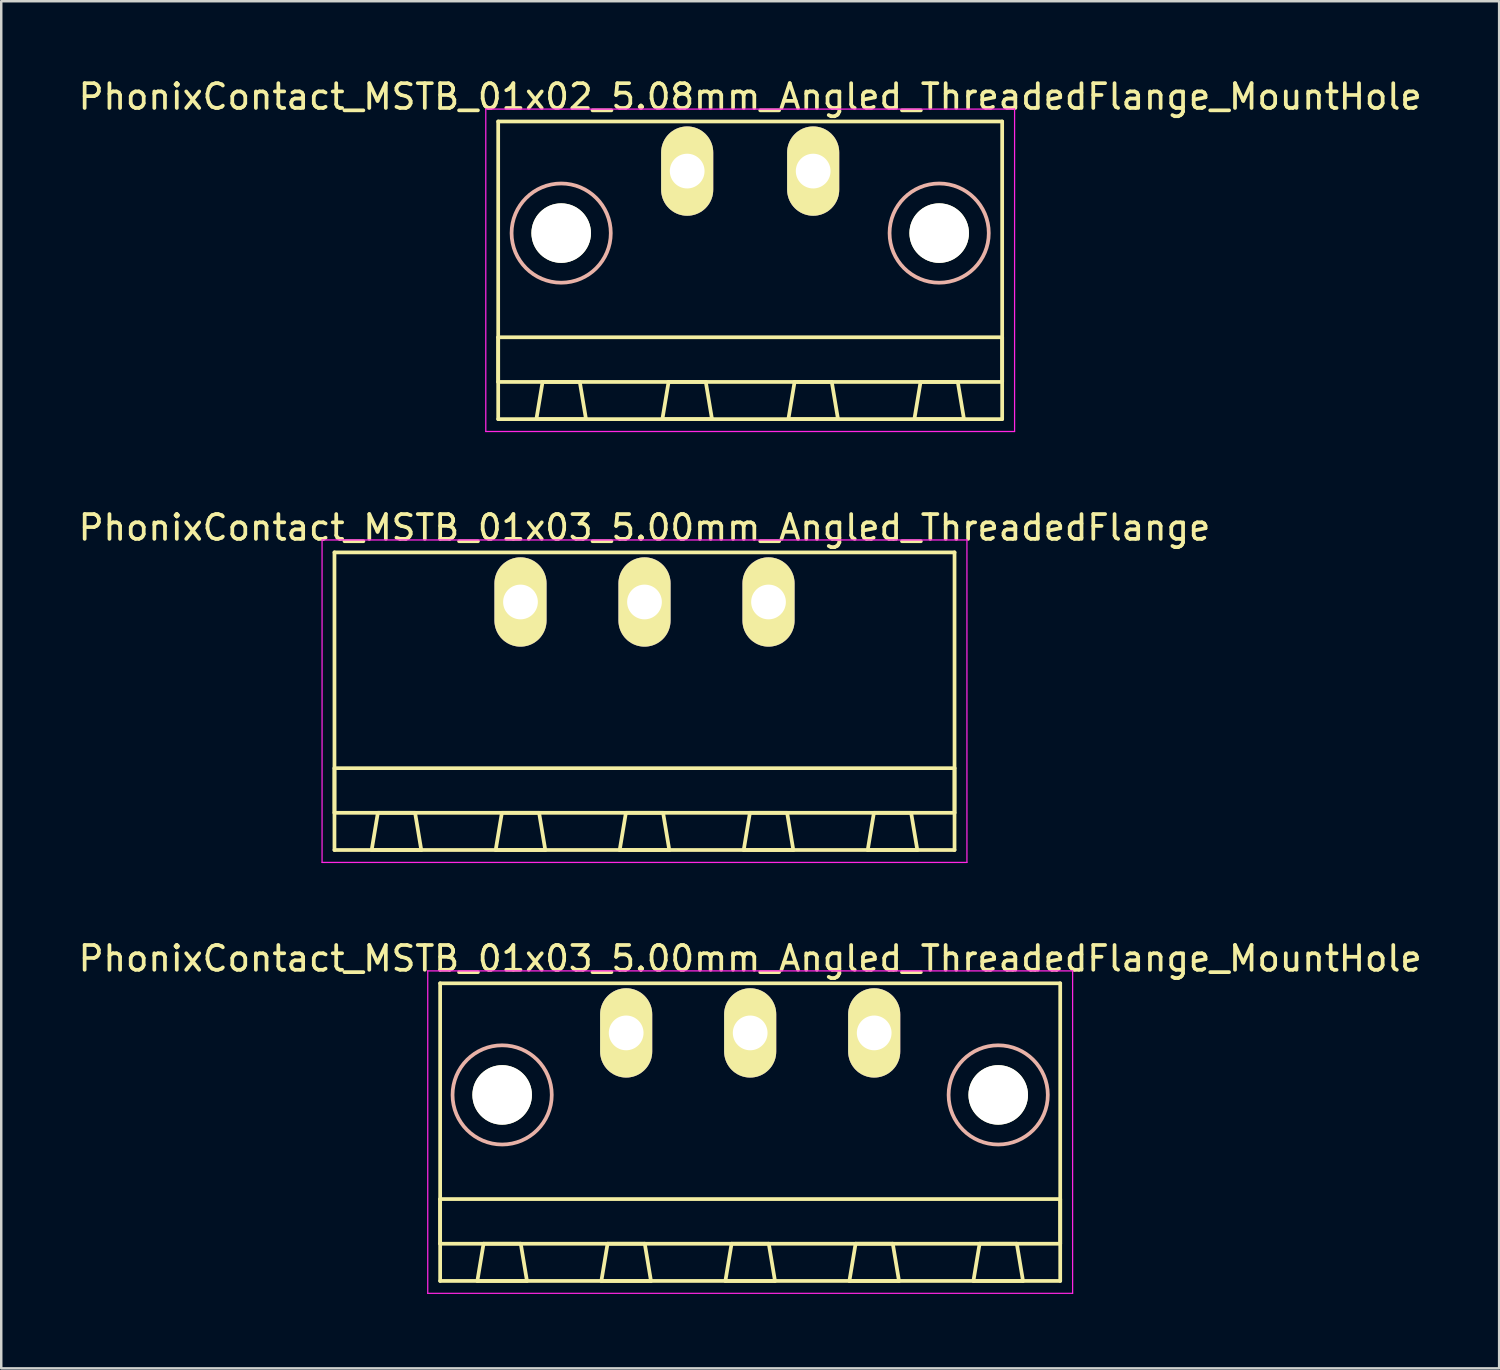
<source format=kicad_pcb>
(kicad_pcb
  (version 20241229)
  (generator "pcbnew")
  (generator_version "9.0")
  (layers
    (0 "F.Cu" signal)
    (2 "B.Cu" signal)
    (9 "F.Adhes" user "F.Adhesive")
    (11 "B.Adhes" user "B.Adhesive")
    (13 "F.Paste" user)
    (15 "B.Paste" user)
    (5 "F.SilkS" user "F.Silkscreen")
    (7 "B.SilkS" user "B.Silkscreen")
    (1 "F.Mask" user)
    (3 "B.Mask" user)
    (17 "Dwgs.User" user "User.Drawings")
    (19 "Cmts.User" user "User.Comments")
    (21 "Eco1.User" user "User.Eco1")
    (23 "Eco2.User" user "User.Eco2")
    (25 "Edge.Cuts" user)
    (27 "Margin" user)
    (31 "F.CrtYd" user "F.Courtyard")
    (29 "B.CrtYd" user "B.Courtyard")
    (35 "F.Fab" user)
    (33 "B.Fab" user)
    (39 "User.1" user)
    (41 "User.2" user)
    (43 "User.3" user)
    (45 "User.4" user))
  (footprint "PhonixContact_MSTB_01x03_5.00mm_Angled_ThreadedFlange_MountHole"
    (layer "F.Cu")
    (at 22.196 38.595)
    (property "Reference" "PhonixContact_MSTB_01x03_5.00mm_Angled_ThreadedFlange_MountHole" (at 5 -3 0) (layer "F.SilkS") (effects (font (size 1 1) (thickness 0.15))))
    (attr through_hole)
    (fp_line (start -7.5 -2) (end -7.5 10) (stroke (width 0.15) (type solid)) (layer "F.SilkS"))
    (fp_line (start -7.5 6.7) (end 17.5 6.7) (stroke (width 0.15) (type solid)) (layer "F.SilkS"))
    (fp_line (start -7.5 8.5) (end -7.5 6.7) (stroke (width 0.15) (type solid)) (layer "F.SilkS"))
    (fp_line (start -7.5 10) (end 17.5 10) (stroke (width 0.15) (type solid)) (layer "F.SilkS"))
    (fp_line (start -6 10) (end -4 10) (stroke (width 0.15) (type solid)) (layer "F.SilkS"))
    (fp_line (start -5.75 8.5) (end -6 10) (stroke (width 0.15) (type solid)) (layer "F.SilkS"))
    (fp_line (start -4.25 8.5) (end -5.75 8.5) (stroke (width 0.15) (type solid)) (layer "F.SilkS"))
    (fp_line (start -4 10) (end -4.25 8.5) (stroke (width 0.15) (type solid)) (layer "F.SilkS"))
    (fp_line (start -1 10) (end 1 10) (stroke (width 0.15) (type solid)) (layer "F.SilkS"))
    (fp_line (start -0.75 8.5) (end -1 10) (stroke (width 0.15) (type solid)) (layer "F.SilkS"))
    (fp_line (start 0.75 8.5) (end -0.75 8.5) (stroke (width 0.15) (type solid)) (layer "F.SilkS"))
    (fp_line (start 1 10) (end 0.75 8.5) (stroke (width 0.15) (type solid)) (layer "F.SilkS"))
    (fp_line (start 4 10) (end 6 10) (stroke (width 0.15) (type solid)) (layer "F.SilkS"))
    (fp_line (start 4.25 8.5) (end 4 10) (stroke (width 0.15) (type solid)) (layer "F.SilkS"))
    (fp_line (start 5.75 8.5) (end 4.25 8.5) (stroke (width 0.15) (type solid)) (layer "F.SilkS"))
    (fp_line (start 6 10) (end 5.75 8.5) (stroke (width 0.15) (type solid)) (layer "F.SilkS"))
    (fp_line (start 9 10) (end 11 10) (stroke (width 0.15) (type solid)) (layer "F.SilkS"))
    (fp_line (start 9.25 8.5) (end 9 10) (stroke (width 0.15) (type solid)) (layer "F.SilkS"))
    (fp_line (start 10.75 8.5) (end 9.25 8.5) (stroke (width 0.15) (type solid)) (layer "F.SilkS"))
    (fp_line (start 11 10) (end 10.75 8.5) (stroke (width 0.15) (type solid)) (layer "F.SilkS"))
    (fp_line (start 14 10) (end 16 10) (stroke (width 0.15) (type solid)) (layer "F.SilkS"))
    (fp_line (start 14.25 8.5) (end 14 10) (stroke (width 0.15) (type solid)) (layer "F.SilkS"))
    (fp_line (start 15.75 8.5) (end 14.25 8.5) (stroke (width 0.15) (type solid)) (layer "F.SilkS"))
    (fp_line (start 16 10) (end 15.75 8.5) (stroke (width 0.15) (type solid)) (layer "F.SilkS"))
    (fp_line (start 17.5 -2) (end -7.5 -2) (stroke (width 0.15) (type solid)) (layer "F.SilkS"))
    (fp_line (start 17.5 6.7) (end 17.5 8.5) (stroke (width 0.15) (type solid)) (layer "F.SilkS"))
    (fp_line (start 17.5 8.5) (end -7.5 8.5) (stroke (width 0.15) (type solid)) (layer "F.SilkS"))
    (fp_line (start 17.5 10) (end 17.5 -2) (stroke (width 0.15) (type solid)) (layer "F.SilkS"))
    (fp_circle (center -5 2.5) (end -3 2.5) (stroke (width 0.15) (type solid)) (fill no) (layer "B.SilkS"))
    (fp_circle (center 15 2.5) (end 17 2.5) (stroke (width 0.15) (type solid)) (fill no) (layer "B.SilkS"))
    (fp_line (start -8 -2.5) (end -8 10.5) (stroke (width 0.05) (type solid)) (layer "F.CrtYd"))
    (fp_line (start -8 10.5) (end 18 10.5) (stroke (width 0.05) (type solid)) (layer "F.CrtYd"))
    (fp_line (start 18 -2.5) (end -8 -2.5) (stroke (width 0.05) (type solid)) (layer "F.CrtYd"))
    (fp_line (start 18 10.5) (end 18 -2.5) (stroke (width 0.05) (type solid)) (layer "F.CrtYd"))
    (pad "" np_thru_hole circle (at -5 2.5) (size 2.4 2.4) (drill 2.4) (layers "*.Cu" "*.Mask" "F.SilkS"))
    (pad "" np_thru_hole circle (at 15 2.5) (size 2.4 2.4) (drill 2.4) (layers "*.Cu" "*.Mask" "F.SilkS"))
    (pad "1" thru_hole oval (at 0 0) (size 2.1 3.6) (drill 1.4) (layers "*.Cu" "*.Mask" "F.SilkS"))
    (pad "2" thru_hole oval (at 5 0) (size 2.1 3.6) (drill 1.4) (layers "*.Cu" "*.Mask" "F.SilkS"))
    (pad "3" thru_hole oval (at 10 0) (size 2.1 3.6) (drill 1.4) (layers "*.Cu" "*.Mask" "F.SilkS")))
  (footprint "PhonixContact_MSTB_01x03_5.00mm_Angled_ThreadedFlange"
    (layer "F.Cu")
    (at 17.935 21.221)
    (property "Reference" "PhonixContact_MSTB_01x03_5.00mm_Angled_ThreadedFlange" (at 5 -3 0) (layer "F.SilkS") (effects (font (size 1 1) (thickness 0.15))))
    (attr through_hole)
    (fp_line (start -7.5 -2) (end -7.5 10) (stroke (width 0.15) (type solid)) (layer "F.SilkS"))
    (fp_line (start -7.5 6.7) (end 17.5 6.7) (stroke (width 0.15) (type solid)) (layer "F.SilkS"))
    (fp_line (start -7.5 8.5) (end -7.5 6.7) (stroke (width 0.15) (type solid)) (layer "F.SilkS"))
    (fp_line (start -7.5 10) (end 17.5 10) (stroke (width 0.15) (type solid)) (layer "F.SilkS"))
    (fp_line (start -6 10) (end -4 10) (stroke (width 0.15) (type solid)) (layer "F.SilkS"))
    (fp_line (start -5.75 8.5) (end -6 10) (stroke (width 0.15) (type solid)) (layer "F.SilkS"))
    (fp_line (start -4.25 8.5) (end -5.75 8.5) (stroke (width 0.15) (type solid)) (layer "F.SilkS"))
    (fp_line (start -4 10) (end -4.25 8.5) (stroke (width 0.15) (type solid)) (layer "F.SilkS"))
    (fp_line (start -1 10) (end 1 10) (stroke (width 0.15) (type solid)) (layer "F.SilkS"))
    (fp_line (start -0.75 8.5) (end -1 10) (stroke (width 0.15) (type solid)) (layer "F.SilkS"))
    (fp_line (start 0.75 8.5) (end -0.75 8.5) (stroke (width 0.15) (type solid)) (layer "F.SilkS"))
    (fp_line (start 1 10) (end 0.75 8.5) (stroke (width 0.15) (type solid)) (layer "F.SilkS"))
    (fp_line (start 4 10) (end 6 10) (stroke (width 0.15) (type solid)) (layer "F.SilkS"))
    (fp_line (start 4.25 8.5) (end 4 10) (stroke (width 0.15) (type solid)) (layer "F.SilkS"))
    (fp_line (start 5.75 8.5) (end 4.25 8.5) (stroke (width 0.15) (type solid)) (layer "F.SilkS"))
    (fp_line (start 6 10) (end 5.75 8.5) (stroke (width 0.15) (type solid)) (layer "F.SilkS"))
    (fp_line (start 9 10) (end 11 10) (stroke (width 0.15) (type solid)) (layer "F.SilkS"))
    (fp_line (start 9.25 8.5) (end 9 10) (stroke (width 0.15) (type solid)) (layer "F.SilkS"))
    (fp_line (start 10.75 8.5) (end 9.25 8.5) (stroke (width 0.15) (type solid)) (layer "F.SilkS"))
    (fp_line (start 11 10) (end 10.75 8.5) (stroke (width 0.15) (type solid)) (layer "F.SilkS"))
    (fp_line (start 14 10) (end 16 10) (stroke (width 0.15) (type solid)) (layer "F.SilkS"))
    (fp_line (start 14.25 8.5) (end 14 10) (stroke (width 0.15) (type solid)) (layer "F.SilkS"))
    (fp_line (start 15.75 8.5) (end 14.25 8.5) (stroke (width 0.15) (type solid)) (layer "F.SilkS"))
    (fp_line (start 16 10) (end 15.75 8.5) (stroke (width 0.15) (type solid)) (layer "F.SilkS"))
    (fp_line (start 17.5 -2) (end -7.5 -2) (stroke (width 0.15) (type solid)) (layer "F.SilkS"))
    (fp_line (start 17.5 6.7) (end 17.5 8.5) (stroke (width 0.15) (type solid)) (layer "F.SilkS"))
    (fp_line (start 17.5 8.5) (end -7.5 8.5) (stroke (width 0.15) (type solid)) (layer "F.SilkS"))
    (fp_line (start 17.5 10) (end 17.5 -2) (stroke (width 0.15) (type solid)) (layer "F.SilkS"))
    (fp_line (start -8 -2.5) (end -8 10.5) (stroke (width 0.05) (type solid)) (layer "F.CrtYd"))
    (fp_line (start -8 10.5) (end 18 10.5) (stroke (width 0.05) (type solid)) (layer "F.CrtYd"))
    (fp_line (start 18 -2.5) (end -8 -2.5) (stroke (width 0.05) (type solid)) (layer "F.CrtYd"))
    (fp_line (start 18 10.5) (end 18 -2.5) (stroke (width 0.05) (type solid)) (layer "F.CrtYd"))
    (pad "1" thru_hole oval (at 0 0) (size 2.1 3.6) (drill 1.4) (layers "*.Cu" "*.Mask" "F.SilkS"))
    (pad "2" thru_hole oval (at 5 0) (size 2.1 3.6) (drill 1.4) (layers "*.Cu" "*.Mask" "F.SilkS"))
    (pad "3" thru_hole oval (at 10 0) (size 2.1 3.6) (drill 1.4) (layers "*.Cu" "*.Mask" "F.SilkS")))
  (footprint "PhonixContact_MSTB_01x02_5.08mm_Angled_ThreadedFlange_MountHole"
    (layer "F.Cu")
    (at 24.656 3.848)
    (property "Reference" "PhonixContact_MSTB_01x02_5.08mm_Angled_ThreadedFlange_MountHole" (at 2.54 -3 0) (layer "F.SilkS") (effects (font (size 1 1) (thickness 0.15))))
    (attr through_hole)
    (fp_line (start -7.62 -2) (end -7.62 10) (stroke (width 0.15) (type solid)) (layer "F.SilkS"))
    (fp_line (start -7.62 6.7) (end 12.7 6.7) (stroke (width 0.15) (type solid)) (layer "F.SilkS"))
    (fp_line (start -7.62 8.5) (end -7.62 6.7) (stroke (width 0.15) (type solid)) (layer "F.SilkS"))
    (fp_line (start -7.62 10) (end 12.7 10) (stroke (width 0.15) (type solid)) (layer "F.SilkS"))
    (fp_line (start -6.08 10) (end -4.08 10) (stroke (width 0.15) (type solid)) (layer "F.SilkS"))
    (fp_line (start -5.83 8.5) (end -6.08 10) (stroke (width 0.15) (type solid)) (layer "F.SilkS"))
    (fp_line (start -4.33 8.5) (end -5.83 8.5) (stroke (width 0.15) (type solid)) (layer "F.SilkS"))
    (fp_line (start -4.08 10) (end -4.33 8.5) (stroke (width 0.15) (type solid)) (layer "F.SilkS"))
    (fp_line (start -1 10) (end 1 10) (stroke (width 0.15) (type solid)) (layer "F.SilkS"))
    (fp_line (start -0.75 8.5) (end -1 10) (stroke (width 0.15) (type solid)) (layer "F.SilkS"))
    (fp_line (start 0.75 8.5) (end -0.75 8.5) (stroke (width 0.15) (type solid)) (layer "F.SilkS"))
    (fp_line (start 1 10) (end 0.75 8.5) (stroke (width 0.15) (type solid)) (layer "F.SilkS"))
    (fp_line (start 4.08 10) (end 6.08 10) (stroke (width 0.15) (type solid)) (layer "F.SilkS"))
    (fp_line (start 4.33 8.5) (end 4.08 10) (stroke (width 0.15) (type solid)) (layer "F.SilkS"))
    (fp_line (start 5.83 8.5) (end 4.33 8.5) (stroke (width 0.15) (type solid)) (layer "F.SilkS"))
    (fp_line (start 6.08 10) (end 5.83 8.5) (stroke (width 0.15) (type solid)) (layer "F.SilkS"))
    (fp_line (start 9.16 10) (end 11.16 10) (stroke (width 0.15) (type solid)) (layer "F.SilkS"))
    (fp_line (start 9.41 8.5) (end 9.16 10) (stroke (width 0.15) (type solid)) (layer "F.SilkS"))
    (fp_line (start 10.91 8.5) (end 9.41 8.5) (stroke (width 0.15) (type solid)) (layer "F.SilkS"))
    (fp_line (start 11.16 10) (end 10.91 8.5) (stroke (width 0.15) (type solid)) (layer "F.SilkS"))
    (fp_line (start 12.7 -2) (end -7.62 -2) (stroke (width 0.15) (type solid)) (layer "F.SilkS"))
    (fp_line (start 12.7 6.7) (end 12.7 8.5) (stroke (width 0.15) (type solid)) (layer "F.SilkS"))
    (fp_line (start 12.7 8.5) (end -7.62 8.5) (stroke (width 0.15) (type solid)) (layer "F.SilkS"))
    (fp_line (start 12.7 10) (end 12.7 -2) (stroke (width 0.15) (type solid)) (layer "F.SilkS"))
    (fp_circle (center -5.08 2.5) (end -3.08 2.5) (stroke (width 0.15) (type solid)) (fill no) (layer "B.SilkS"))
    (fp_circle (center 10.16 2.5) (end 12.16 2.5) (stroke (width 0.15) (type solid)) (fill no) (layer "B.SilkS"))
    (fp_line (start -8.12 -2.5) (end -8.12 10.5) (stroke (width 0.05) (type solid)) (layer "F.CrtYd"))
    (fp_line (start -8.12 10.5) (end 13.2 10.5) (stroke (width 0.05) (type solid)) (layer "F.CrtYd"))
    (fp_line (start 13.2 -2.5) (end -8.12 -2.5) (stroke (width 0.05) (type solid)) (layer "F.CrtYd"))
    (fp_line (start 13.2 10.5) (end 13.2 -2.5) (stroke (width 0.05) (type solid)) (layer "F.CrtYd"))
    (pad "" np_thru_hole circle (at -5.08 2.5) (size 2.4 2.4) (drill 2.4) (layers "*.Cu" "*.Mask" "F.SilkS"))
    (pad "" np_thru_hole circle (at 10.16 2.5) (size 2.4 2.4) (drill 2.4) (layers "*.Cu" "*.Mask" "F.SilkS"))
    (pad "1" thru_hole oval (at 0 0) (size 2.1 3.6) (drill 1.4) (layers "*.Cu" "*.Mask" "F.SilkS"))
    (pad "2" thru_hole oval (at 5.08 0) (size 2.1 3.6) (drill 1.4) (layers "*.Cu" "*.Mask" "F.SilkS")))
  (gr_rect
    (start -3 -3)
    (end 57.393 52.12)
    (stroke (width 0.1) (type default))
    (fill no)
    (layer "Edge.Cuts")))
</source>
